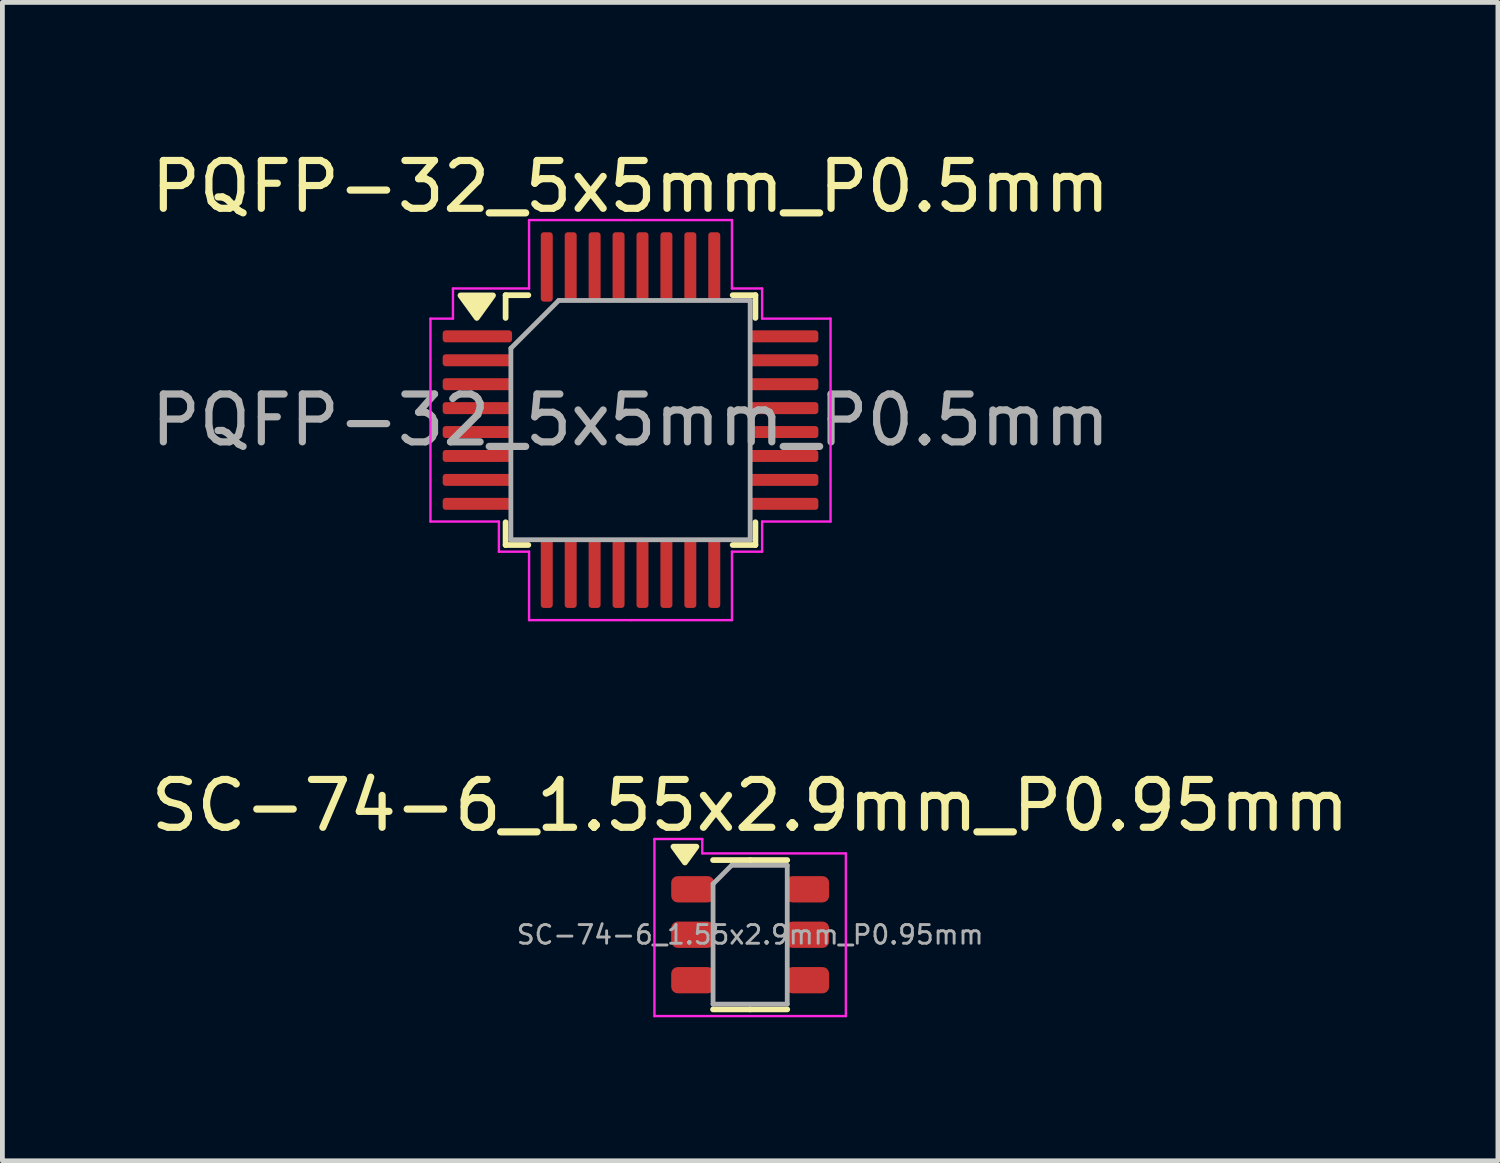
<source format=kicad_pcb>
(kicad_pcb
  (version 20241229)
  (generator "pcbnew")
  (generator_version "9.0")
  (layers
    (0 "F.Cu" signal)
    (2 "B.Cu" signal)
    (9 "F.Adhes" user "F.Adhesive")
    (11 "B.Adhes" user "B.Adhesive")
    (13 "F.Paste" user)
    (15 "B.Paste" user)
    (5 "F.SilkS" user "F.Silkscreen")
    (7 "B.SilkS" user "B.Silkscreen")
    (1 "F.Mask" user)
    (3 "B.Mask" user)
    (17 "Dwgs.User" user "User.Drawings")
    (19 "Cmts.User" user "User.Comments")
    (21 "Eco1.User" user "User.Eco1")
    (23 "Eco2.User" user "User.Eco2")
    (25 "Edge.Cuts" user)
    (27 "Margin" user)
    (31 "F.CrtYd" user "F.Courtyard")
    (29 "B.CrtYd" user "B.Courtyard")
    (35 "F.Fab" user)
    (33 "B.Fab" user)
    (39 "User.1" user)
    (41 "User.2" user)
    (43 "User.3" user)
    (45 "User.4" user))
  (footprint "PQFP-32_5x5mm_P0.5mm"
    (layer "F.Cu")
    (at 10.125 5.728)
    (property "Reference" "PQFP-32_5x5mm_P0.5mm" (at 0 -4.88 0) (layer "F.SilkS") (effects (font (size 1 1) (thickness 0.15))))
    (attr smd)
    (fp_line (start -2.61 -2.61) (end -2.61 -2.135) (stroke (width 0.12) (type solid)) (layer "F.SilkS"))
    (fp_line (start -2.61 2.61) (end -2.61 2.135) (stroke (width 0.12) (type solid)) (layer "F.SilkS"))
    (fp_line (start -2.135 -2.61) (end -2.61 -2.61) (stroke (width 0.12) (type solid)) (layer "F.SilkS"))
    (fp_line (start -2.135 2.61) (end -2.61 2.61) (stroke (width 0.12) (type solid)) (layer "F.SilkS"))
    (fp_line (start 2.135 -2.61) (end 2.61 -2.61) (stroke (width 0.12) (type solid)) (layer "F.SilkS"))
    (fp_line (start 2.135 2.61) (end 2.61 2.61) (stroke (width 0.12) (type solid)) (layer "F.SilkS"))
    (fp_line (start 2.61 -2.61) (end 2.61 -2.135) (stroke (width 0.12) (type solid)) (layer "F.SilkS"))
    (fp_line (start 2.61 2.61) (end 2.61 2.135) (stroke (width 0.12) (type solid)) (layer "F.SilkS"))
    (fp_poly (pts (xy -3.212 -2.135) (xy -3.553 -2.605) (xy -2.873 -2.605) (xy -3.212 -2.135)) (stroke (width 0.12) (type solid)) (fill yes) (layer "F.SilkS"))
    (fp_line (start -4.18 -2.12) (end -4.18 0) (stroke (width 0.05) (type solid)) (layer "F.CrtYd"))
    (fp_line (start -4.18 2.12) (end -4.18 0) (stroke (width 0.05) (type solid)) (layer "F.CrtYd"))
    (fp_line (start -3.71 -2.75) (end -3.71 -2.12) (stroke (width 0.05) (type solid)) (layer "F.CrtYd"))
    (fp_line (start -3.71 -2.12) (end -4.18 -2.12) (stroke (width 0.05) (type solid)) (layer "F.CrtYd"))
    (fp_line (start -2.75 2.12) (end -4.18 2.12) (stroke (width 0.05) (type solid)) (layer "F.CrtYd"))
    (fp_line (start -2.75 2.75) (end -2.75 2.12) (stroke (width 0.05) (type solid)) (layer "F.CrtYd"))
    (fp_line (start -2.12 -4.18) (end -2.12 -2.75) (stroke (width 0.05) (type solid)) (layer "F.CrtYd"))
    (fp_line (start -2.12 -2.75) (end -3.71 -2.75) (stroke (width 0.05) (type solid)) (layer "F.CrtYd"))
    (fp_line (start -2.12 2.75) (end -2.75 2.75) (stroke (width 0.05) (type solid)) (layer "F.CrtYd"))
    (fp_line (start -2.12 4.18) (end -2.12 2.75) (stroke (width 0.05) (type solid)) (layer "F.CrtYd"))
    (fp_line (start 0 -4.18) (end -2.12 -4.18) (stroke (width 0.05) (type solid)) (layer "F.CrtYd"))
    (fp_line (start 0 -4.18) (end 2.12 -4.18) (stroke (width 0.05) (type solid)) (layer "F.CrtYd"))
    (fp_line (start 0 4.18) (end -2.12 4.18) (stroke (width 0.05) (type solid)) (layer "F.CrtYd"))
    (fp_line (start 0 4.18) (end 2.12 4.18) (stroke (width 0.05) (type solid)) (layer "F.CrtYd"))
    (fp_line (start 2.12 -4.18) (end 2.12 -2.75) (stroke (width 0.05) (type solid)) (layer "F.CrtYd"))
    (fp_line (start 2.12 -2.75) (end 2.75 -2.75) (stroke (width 0.05) (type solid)) (layer "F.CrtYd"))
    (fp_line (start 2.12 2.75) (end 2.75 2.75) (stroke (width 0.05) (type solid)) (layer "F.CrtYd"))
    (fp_line (start 2.12 4.18) (end 2.12 2.75) (stroke (width 0.05) (type solid)) (layer "F.CrtYd"))
    (fp_line (start 2.75 -2.75) (end 2.75 -2.12) (stroke (width 0.05) (type solid)) (layer "F.CrtYd"))
    (fp_line (start 2.75 -2.12) (end 4.18 -2.12) (stroke (width 0.05) (type solid)) (layer "F.CrtYd"))
    (fp_line (start 2.75 2.12) (end 4.18 2.12) (stroke (width 0.05) (type solid)) (layer "F.CrtYd"))
    (fp_line (start 2.75 2.75) (end 2.75 2.12) (stroke (width 0.05) (type solid)) (layer "F.CrtYd"))
    (fp_line (start 4.18 -2.12) (end 4.18 0) (stroke (width 0.05) (type solid)) (layer "F.CrtYd"))
    (fp_line (start 4.18 2.12) (end 4.18 0) (stroke (width 0.05) (type solid)) (layer "F.CrtYd"))
    (fp_line (start -2.5 -1.5) (end -1.5 -2.5) (stroke (width 0.1) (type solid)) (layer "F.Fab"))
    (fp_line (start -2.5 2.5) (end -2.5 -1.5) (stroke (width 0.1) (type solid)) (layer "F.Fab"))
    (fp_line (start -1.5 -2.5) (end 2.5 -2.5) (stroke (width 0.1) (type solid)) (layer "F.Fab"))
    (fp_line (start 2.5 -2.5) (end 2.5 2.5) (stroke (width 0.1) (type solid)) (layer "F.Fab"))
    (fp_line (start 2.5 2.5) (end -2.5 2.5) (stroke (width 0.1) (type solid)) (layer "F.Fab"))
    (fp_text user "${REFERENCE}" (at 0 0 0) (layer "F.Fab") (effects (font (size 1 1) (thickness 0.15))))
    (pad "1" smd roundrect (at -3.2 -1.75) (size 1.45 0.25) (layers "F.Cu" "F.Mask" "F.Paste") (roundrect_rratio 0.25))
    (pad "2" smd roundrect (at -3.2 -1.25) (size 1.45 0.25) (layers "F.Cu" "F.Mask" "F.Paste") (roundrect_rratio 0.25))
    (pad "3" smd roundrect (at -3.2 -0.75) (size 1.45 0.25) (layers "F.Cu" "F.Mask" "F.Paste") (roundrect_rratio 0.25))
    (pad "4" smd roundrect (at -3.2 -0.25) (size 1.45 0.25) (layers "F.Cu" "F.Mask" "F.Paste") (roundrect_rratio 0.25))
    (pad "5" smd roundrect (at -3.2 0.25) (size 1.45 0.25) (layers "F.Cu" "F.Mask" "F.Paste") (roundrect_rratio 0.25))
    (pad "6" smd roundrect (at -3.2 0.75) (size 1.45 0.25) (layers "F.Cu" "F.Mask" "F.Paste") (roundrect_rratio 0.25))
    (pad "7" smd roundrect (at -3.2 1.25) (size 1.45 0.25) (layers "F.Cu" "F.Mask" "F.Paste") (roundrect_rratio 0.25))
    (pad "8" smd roundrect (at -3.2 1.75) (size 1.45 0.25) (layers "F.Cu" "F.Mask" "F.Paste") (roundrect_rratio 0.25))
    (pad "9" smd roundrect (at -1.75 3.2) (size 0.25 1.45) (layers "F.Cu" "F.Mask" "F.Paste") (roundrect_rratio 0.25))
    (pad "10" smd roundrect (at -1.25 3.2) (size 0.25 1.45) (layers "F.Cu" "F.Mask" "F.Paste") (roundrect_rratio 0.25))
    (pad "11" smd roundrect (at -0.75 3.2) (size 0.25 1.45) (layers "F.Cu" "F.Mask" "F.Paste") (roundrect_rratio 0.25))
    (pad "12" smd roundrect (at -0.25 3.2) (size 0.25 1.45) (layers "F.Cu" "F.Mask" "F.Paste") (roundrect_rratio 0.25))
    (pad "13" smd roundrect (at 0.25 3.2) (size 0.25 1.45) (layers "F.Cu" "F.Mask" "F.Paste") (roundrect_rratio 0.25))
    (pad "14" smd roundrect (at 0.75 3.2) (size 0.25 1.45) (layers "F.Cu" "F.Mask" "F.Paste") (roundrect_rratio 0.25))
    (pad "15" smd roundrect (at 1.25 3.2) (size 0.25 1.45) (layers "F.Cu" "F.Mask" "F.Paste") (roundrect_rratio 0.25))
    (pad "16" smd roundrect (at 1.75 3.2) (size 0.25 1.45) (layers "F.Cu" "F.Mask" "F.Paste") (roundrect_rratio 0.25))
    (pad "17" smd roundrect (at 3.2 1.75) (size 1.45 0.25) (layers "F.Cu" "F.Mask" "F.Paste") (roundrect_rratio 0.25))
    (pad "18" smd roundrect (at 3.2 1.25) (size 1.45 0.25) (layers "F.Cu" "F.Mask" "F.Paste") (roundrect_rratio 0.25))
    (pad "19" smd roundrect (at 3.2 0.75) (size 1.45 0.25) (layers "F.Cu" "F.Mask" "F.Paste") (roundrect_rratio 0.25))
    (pad "20" smd roundrect (at 3.2 0.25) (size 1.45 0.25) (layers "F.Cu" "F.Mask" "F.Paste") (roundrect_rratio 0.25))
    (pad "21" smd roundrect (at 3.2 -0.25) (size 1.45 0.25) (layers "F.Cu" "F.Mask" "F.Paste") (roundrect_rratio 0.25))
    (pad "22" smd roundrect (at 3.2 -0.75) (size 1.45 0.25) (layers "F.Cu" "F.Mask" "F.Paste") (roundrect_rratio 0.25))
    (pad "23" smd roundrect (at 3.2 -1.25) (size 1.45 0.25) (layers "F.Cu" "F.Mask" "F.Paste") (roundrect_rratio 0.25))
    (pad "24" smd roundrect (at 3.2 -1.75) (size 1.45 0.25) (layers "F.Cu" "F.Mask" "F.Paste") (roundrect_rratio 0.25))
    (pad "25" smd roundrect (at 1.75 -3.2) (size 0.25 1.45) (layers "F.Cu" "F.Mask" "F.Paste") (roundrect_rratio 0.25))
    (pad "26" smd roundrect (at 1.25 -3.2) (size 0.25 1.45) (layers "F.Cu" "F.Mask" "F.Paste") (roundrect_rratio 0.25))
    (pad "27" smd roundrect (at 0.75 -3.2) (size 0.25 1.45) (layers "F.Cu" "F.Mask" "F.Paste") (roundrect_rratio 0.25))
    (pad "28" smd roundrect (at 0.25 -3.2) (size 0.25 1.45) (layers "F.Cu" "F.Mask" "F.Paste") (roundrect_rratio 0.25))
    (pad "29" smd roundrect (at -0.25 -3.2) (size 0.25 1.45) (layers "F.Cu" "F.Mask" "F.Paste") (roundrect_rratio 0.25))
    (pad "30" smd roundrect (at -0.75 -3.2) (size 0.25 1.45) (layers "F.Cu" "F.Mask" "F.Paste") (roundrect_rratio 0.25))
    (pad "31" smd roundrect (at -1.25 -3.2) (size 0.25 1.45) (layers "F.Cu" "F.Mask" "F.Paste") (roundrect_rratio 0.25))
    (pad "32" smd roundrect (at -1.75 -3.2) (size 0.25 1.45) (layers "F.Cu" "F.Mask" "F.Paste") (roundrect_rratio 0.25)))
  (footprint "SC-74-6_1.55x2.9mm_P0.95mm"
    (layer "F.Cu")
    (at 12.625 16.482)
    (property "Reference" "SC-74-6_1.55x2.9mm_P0.95mm" (at 0 -2.7 0) (layer "F.SilkS") (effects (font (size 1 1) (thickness 0.15))))
    (attr smd)
    (fp_line (start 0 -1.56) (end -0.775 -1.56) (stroke (width 0.12) (type solid)) (layer "F.SilkS"))
    (fp_line (start 0 -1.56) (end 0.775 -1.56) (stroke (width 0.12) (type solid)) (layer "F.SilkS"))
    (fp_line (start 0 1.56) (end -0.775 1.56) (stroke (width 0.12) (type solid)) (layer "F.SilkS"))
    (fp_line (start 0 1.56) (end 0.775 1.56) (stroke (width 0.12) (type solid)) (layer "F.SilkS"))
    (fp_poly (pts (xy -1.363 -1.51) (xy -1.603 -1.84) (xy -1.123 -1.84) (xy -1.363 -1.51)) (stroke (width 0.12) (type solid)) (fill yes) (layer "F.SilkS"))
    (fp_line (start -2 -2) (end -2 1.7) (stroke (width 0.05) (type solid)) (layer "F.CrtYd"))
    (fp_line (start -2 -2) (end -1 -2) (stroke (width 0.05) (type solid)) (layer "F.CrtYd"))
    (fp_line (start -2 1.7) (end 2 1.7) (stroke (width 0.05) (type solid)) (layer "F.CrtYd"))
    (fp_line (start -1 -2) (end -1 -1.7) (stroke (width 0.05) (type solid)) (layer "F.CrtYd"))
    (fp_line (start 2 -1.7) (end -1 -1.7) (stroke (width 0.05) (type solid)) (layer "F.CrtYd"))
    (fp_line (start 2 1.7) (end 2 -1.7) (stroke (width 0.05) (type solid)) (layer "F.CrtYd"))
    (fp_line (start -0.775 -1.062) (end -0.388 -1.45) (stroke (width 0.1) (type solid)) (layer "F.Fab"))
    (fp_line (start -0.775 1.45) (end -0.775 -1.062) (stroke (width 0.1) (type solid)) (layer "F.Fab"))
    (fp_line (start -0.388 -1.45) (end 0.775 -1.45) (stroke (width 0.1) (type solid)) (layer "F.Fab"))
    (fp_line (start 0.775 -1.45) (end 0.775 1.45) (stroke (width 0.1) (type solid)) (layer "F.Fab"))
    (fp_line (start 0.775 1.45) (end -0.775 1.45) (stroke (width 0.1) (type solid)) (layer "F.Fab"))
    (fp_text user "${REFERENCE}" (at 0 0 0) (layer "F.Fab") (effects (font (size 0.39 0.39) (thickness 0.06))))
    (pad "1" smd roundrect (at -1.2 -0.95) (size 0.9 0.55) (layers "F.Cu" "F.Mask" "F.Paste") (roundrect_rratio 0.25))
    (pad "2" smd roundrect (at -1.2 0) (size 0.9 0.55) (layers "F.Cu" "F.Mask" "F.Paste") (roundrect_rratio 0.25))
    (pad "3" smd roundrect (at -1.2 0.95) (size 0.9 0.55) (layers "F.Cu" "F.Mask" "F.Paste") (roundrect_rratio 0.25))
    (pad "4" smd roundrect (at 1.2 0.95) (size 0.9 0.55) (layers "F.Cu" "F.Mask" "F.Paste") (roundrect_rratio 0.25))
    (pad "5" smd roundrect (at 1.2 0) (size 0.9 0.55) (layers "F.Cu" "F.Mask" "F.Paste") (roundrect_rratio 0.25))
    (pad "6" smd roundrect (at 1.2 -0.95) (size 0.9 0.55) (layers "F.Cu" "F.Mask" "F.Paste") (roundrect_rratio 0.25)))
  (gr_rect
    (start -3 -3)
    (end 28.25 21.206)
    (stroke (width 0.1) (type default))
    (fill no)
    (layer "Edge.Cuts")))
</source>
